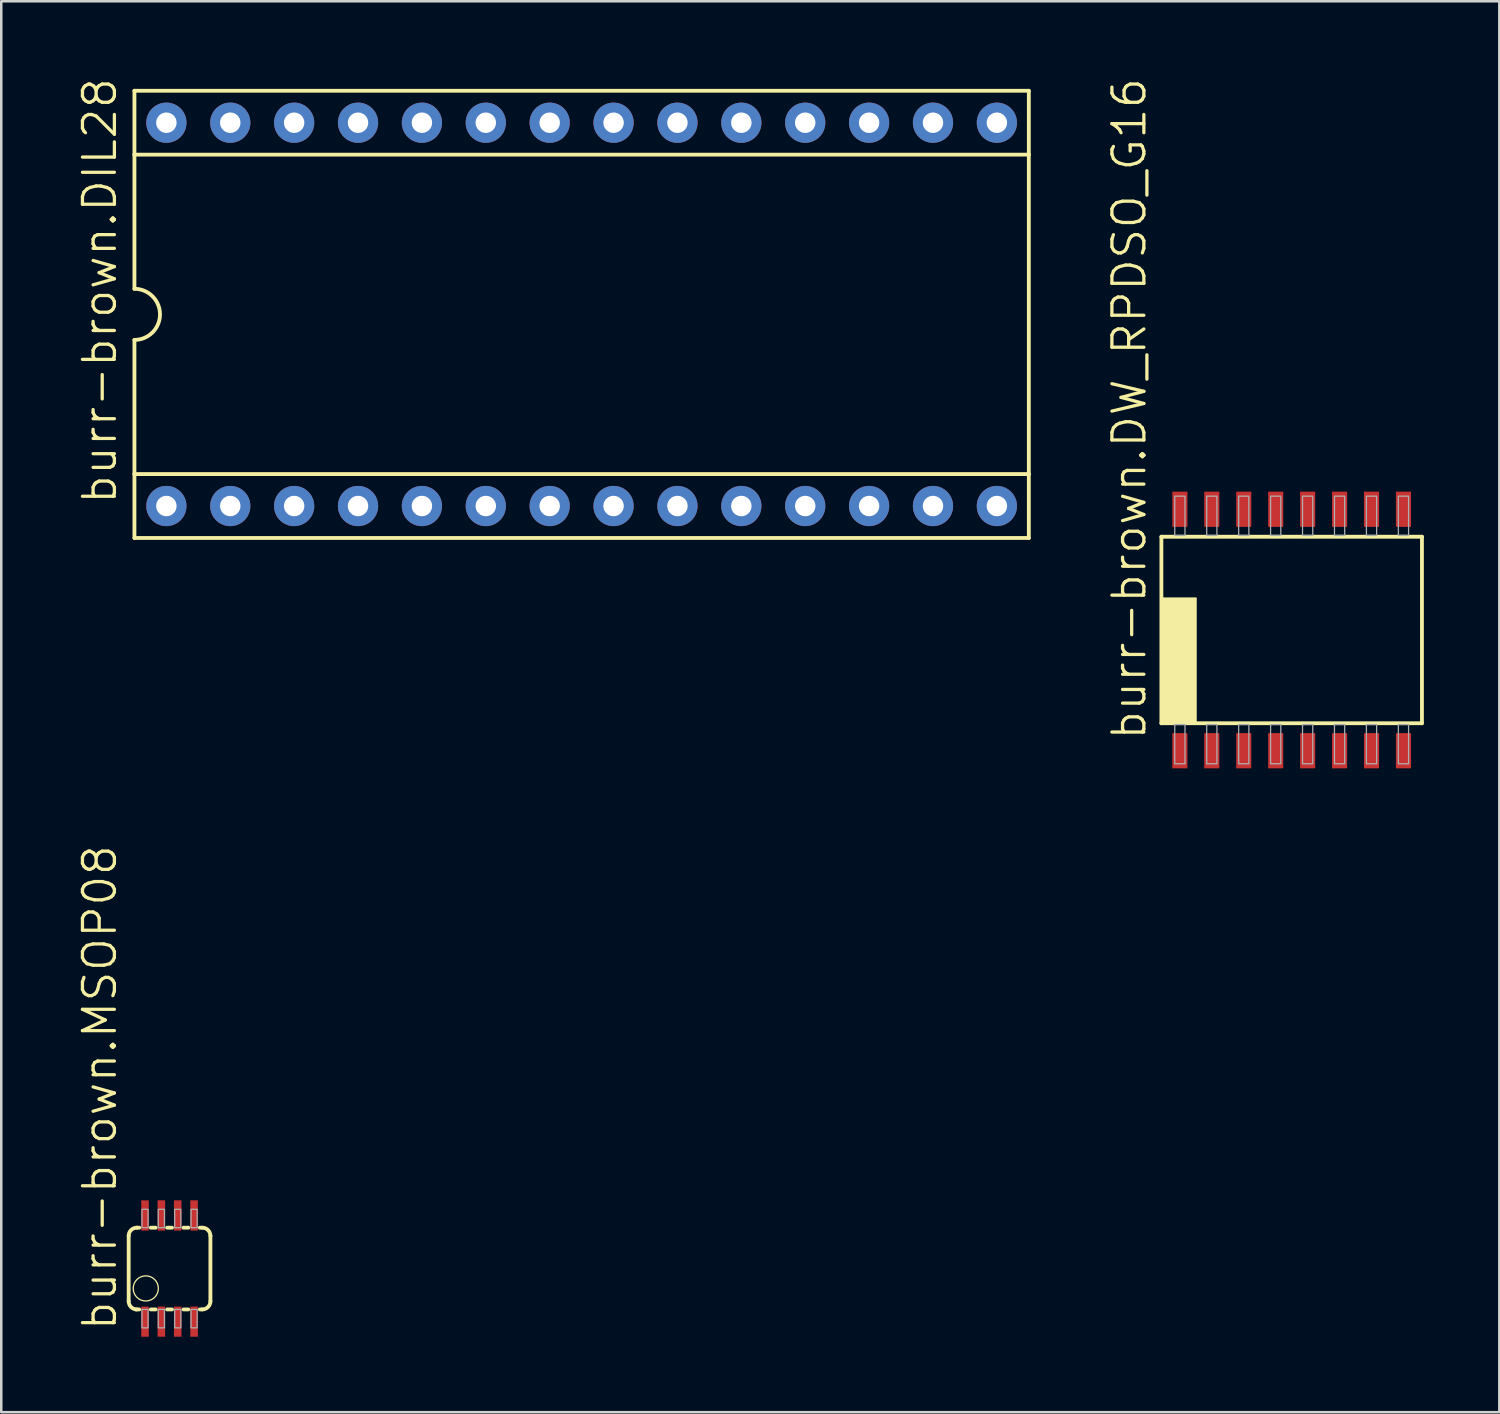
<source format=kicad_pcb>
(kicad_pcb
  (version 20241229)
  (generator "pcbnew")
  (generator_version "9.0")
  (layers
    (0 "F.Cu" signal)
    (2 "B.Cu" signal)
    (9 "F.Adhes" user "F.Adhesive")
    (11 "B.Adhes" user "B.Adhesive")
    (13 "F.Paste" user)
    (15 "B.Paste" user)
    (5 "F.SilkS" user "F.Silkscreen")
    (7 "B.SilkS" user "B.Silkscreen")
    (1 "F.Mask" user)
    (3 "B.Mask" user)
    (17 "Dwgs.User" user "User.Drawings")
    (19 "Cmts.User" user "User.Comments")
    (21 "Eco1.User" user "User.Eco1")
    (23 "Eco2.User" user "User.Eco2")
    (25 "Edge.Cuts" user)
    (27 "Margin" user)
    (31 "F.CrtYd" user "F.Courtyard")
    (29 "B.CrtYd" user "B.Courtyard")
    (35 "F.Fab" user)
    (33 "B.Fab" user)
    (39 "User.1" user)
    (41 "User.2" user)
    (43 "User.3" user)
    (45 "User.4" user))
  (footprint "burr-brown.DIL28"
    (layer "F.Cu")
    (at 20.075 9.449)
    (property "Reference" "burr-brown.DIL28" (at -18.415 7.62 90) (layer "F.SilkS") (effects (font (size 1.27 1.27) (thickness 0.13)) (justify left bottom)))
    (attr through_hole)
    (fp_line (start -17.78 -8.89) (end -17.78 -6.35) (stroke (width 0.152) (type default)) (layer "F.SilkS"))
    (fp_line (start -17.78 -6.35) (end -17.78 -1.016) (stroke (width 0.152) (type default)) (layer "F.SilkS"))
    (fp_line (start -17.78 -6.35) (end 17.78 -6.35) (stroke (width 0.152) (type default)) (layer "F.SilkS"))
    (fp_line (start -17.78 6.35) (end -17.78 1.016) (stroke (width 0.152) (type default)) (layer "F.SilkS"))
    (fp_line (start -17.78 6.35) (end 17.78 6.35) (stroke (width 0.152) (type default)) (layer "F.SilkS"))
    (fp_line (start -17.78 8.89) (end -17.78 6.35) (stroke (width 0.152) (type default)) (layer "F.SilkS"))
    (fp_line (start -17.78 8.89) (end 17.78 8.89) (stroke (width 0.152) (type default)) (layer "F.SilkS"))
    (fp_line (start 17.78 -8.89) (end -17.78 -8.89) (stroke (width 0.152) (type default)) (layer "F.SilkS"))
    (fp_line (start 17.78 -8.89) (end 17.78 -6.35) (stroke (width 0.152) (type default)) (layer "F.SilkS"))
    (fp_line (start 17.78 -6.35) (end 17.78 6.35) (stroke (width 0.152) (type default)) (layer "F.SilkS"))
    (fp_line (start 17.78 6.35) (end 17.78 8.89) (stroke (width 0.152) (type default)) (layer "F.SilkS"))
    (fp_arc (start -17.78 -1.016) (mid -16.764 0) (end -17.78 1.016) (stroke (width 0.1524) (type default)) (layer "F.SilkS"))
    (pad "1" thru_hole circle (at -16.51 7.62) (size 1.6 1.6) (drill 0.813) (layers "*.Cu" "*.Mask"))
    (pad "2" thru_hole circle (at -13.97 7.62) (size 1.6 1.6) (drill 0.813) (layers "*.Cu" "*.Mask"))
    (pad "3" thru_hole circle (at -11.43 7.62) (size 1.6 1.6) (drill 0.813) (layers "*.Cu" "*.Mask"))
    (pad "4" thru_hole circle (at -8.89 7.62) (size 1.6 1.6) (drill 0.813) (layers "*.Cu" "*.Mask"))
    (pad "5" thru_hole circle (at -6.35 7.62) (size 1.6 1.6) (drill 0.813) (layers "*.Cu" "*.Mask"))
    (pad "6" thru_hole circle (at -3.81 7.62) (size 1.6 1.6) (drill 0.813) (layers "*.Cu" "*.Mask"))
    (pad "7" thru_hole circle (at -1.27 7.62) (size 1.6 1.6) (drill 0.813) (layers "*.Cu" "*.Mask"))
    (pad "8" thru_hole circle (at 1.27 7.62) (size 1.6 1.6) (drill 0.813) (layers "*.Cu" "*.Mask"))
    (pad "9" thru_hole circle (at 3.81 7.62) (size 1.6 1.6) (drill 0.813) (layers "*.Cu" "*.Mask"))
    (pad "10" thru_hole circle (at 6.35 7.62) (size 1.6 1.6) (drill 0.813) (layers "*.Cu" "*.Mask"))
    (pad "11" thru_hole circle (at 8.89 7.62) (size 1.6 1.6) (drill 0.813) (layers "*.Cu" "*.Mask"))
    (pad "12" thru_hole circle (at 11.43 7.62) (size 1.6 1.6) (drill 0.813) (layers "*.Cu" "*.Mask"))
    (pad "13" thru_hole circle (at 13.97 7.62) (size 1.6 1.6) (drill 0.813) (layers "*.Cu" "*.Mask"))
    (pad "14" thru_hole circle (at 16.51 7.62) (size 1.6 1.6) (drill 0.813) (layers "*.Cu" "*.Mask"))
    (pad "15" thru_hole circle (at 16.51 -7.62) (size 1.6 1.6) (drill 0.813) (layers "*.Cu" "*.Mask"))
    (pad "16" thru_hole circle (at 13.97 -7.62) (size 1.6 1.6) (drill 0.813) (layers "*.Cu" "*.Mask"))
    (pad "17" thru_hole circle (at 11.43 -7.62) (size 1.6 1.6) (drill 0.813) (layers "*.Cu" "*.Mask"))
    (pad "18" thru_hole circle (at 8.89 -7.62) (size 1.6 1.6) (drill 0.813) (layers "*.Cu" "*.Mask"))
    (pad "19" thru_hole circle (at 6.35 -7.62) (size 1.6 1.6) (drill 0.813) (layers "*.Cu" "*.Mask"))
    (pad "20" thru_hole circle (at 3.81 -7.62) (size 1.6 1.6) (drill 0.813) (layers "*.Cu" "*.Mask"))
    (pad "21" thru_hole circle (at 1.27 -7.62) (size 1.6 1.6) (drill 0.813) (layers "*.Cu" "*.Mask"))
    (pad "22" thru_hole circle (at -1.27 -7.62) (size 1.6 1.6) (drill 0.813) (layers "*.Cu" "*.Mask"))
    (pad "23" thru_hole circle (at -3.81 -7.62) (size 1.6 1.6) (drill 0.813) (layers "*.Cu" "*.Mask"))
    (pad "24" thru_hole circle (at -6.35 -7.62) (size 1.6 1.6) (drill 0.813) (layers "*.Cu" "*.Mask"))
    (pad "25" thru_hole circle (at -8.89 -7.62) (size 1.6 1.6) (drill 0.813) (layers "*.Cu" "*.Mask"))
    (pad "26" thru_hole circle (at -11.43 -7.62) (size 1.6 1.6) (drill 0.813) (layers "*.Cu" "*.Mask"))
    (pad "27" thru_hole circle (at -13.97 -7.62) (size 1.6 1.6) (drill 0.813) (layers "*.Cu" "*.Mask"))
    (pad "28" thru_hole circle (at -16.51 -7.62) (size 1.6 1.6) (drill 0.813) (layers "*.Cu" "*.Mask")))
  (footprint "burr-brown.DW_RPDSO_G16"
    (layer "F.Cu")
    (at 48.306 21.998)
    (property "Reference" "burr-brown.DW_RPDSO_G16" (at -5.715 4.445 90) (layer "F.SilkS") (effects (font (size 1.27 1.27) (thickness 0.13)) (justify left bottom)))
    (attr smd)
    (fp_line (start -5.18 -3.708) (end -5.18 3.708) (stroke (width 0.152) (type default)) (layer "F.SilkS"))
    (fp_line (start -5.18 3.708) (end 5.18 3.708) (stroke (width 0.152) (type default)) (layer "F.SilkS"))
    (fp_line (start 5.18 -3.708) (end -5.18 -3.708) (stroke (width 0.152) (type default)) (layer "F.SilkS"))
    (fp_line (start 5.18 3.708) (end 5.18 -3.708) (stroke (width 0.152) (type default)) (layer "F.SilkS"))
    (fp_rect (start -5.175 3.675) (end -3.8 -1.27) (stroke (width 0.05) (type default)) (fill yes) (layer "F.SilkS"))
    (fp_rect (start -4.648 -3.759) (end -4.242 -5.32) (stroke (width 0.05) (type default)) (fill no) (layer "F.Fab"))
    (fp_rect (start -4.648 5.32) (end -4.242 3.759) (stroke (width 0.05) (type default)) (fill no) (layer "F.Fab"))
    (fp_rect (start -3.378 -3.759) (end -2.972 -5.32) (stroke (width 0.05) (type default)) (fill no) (layer "F.Fab"))
    (fp_rect (start -3.378 5.32) (end -2.972 3.759) (stroke (width 0.05) (type default)) (fill no) (layer "F.Fab"))
    (fp_rect (start -2.108 -3.759) (end -1.702 -5.32) (stroke (width 0.05) (type default)) (fill no) (layer "F.Fab"))
    (fp_rect (start -2.108 5.32) (end -1.702 3.759) (stroke (width 0.05) (type default)) (fill no) (layer "F.Fab"))
    (fp_rect (start -0.838 -3.759) (end -0.432 -5.32) (stroke (width 0.05) (type default)) (fill no) (layer "F.Fab"))
    (fp_rect (start -0.838 5.32) (end -0.432 3.759) (stroke (width 0.05) (type default)) (fill no) (layer "F.Fab"))
    (fp_rect (start 0.432 -3.759) (end 0.838 -5.32) (stroke (width 0.05) (type default)) (fill no) (layer "F.Fab"))
    (fp_rect (start 0.432 5.32) (end 0.838 3.759) (stroke (width 0.05) (type default)) (fill no) (layer "F.Fab"))
    (fp_rect (start 1.702 -3.759) (end 2.108 -5.32) (stroke (width 0.05) (type default)) (fill no) (layer "F.Fab"))
    (fp_rect (start 1.702 5.32) (end 2.108 3.759) (stroke (width 0.05) (type default)) (fill no) (layer "F.Fab"))
    (fp_rect (start 2.972 -3.759) (end 3.378 -5.32) (stroke (width 0.05) (type default)) (fill no) (layer "F.Fab"))
    (fp_rect (start 2.972 5.32) (end 3.378 3.759) (stroke (width 0.05) (type default)) (fill no) (layer "F.Fab"))
    (fp_rect (start 4.242 -3.759) (end 4.648 -5.32) (stroke (width 0.05) (type default)) (fill no) (layer "F.Fab"))
    (fp_rect (start 4.242 5.32) (end 4.648 3.759) (stroke (width 0.05) (type default)) (fill no) (layer "F.Fab"))
    (pad "1" smd roundrect (at -4.445 4.8) (size 0.6 1.4) (layers "F.Cu" "F.Mask" "F.Paste") (roundrect_rratio 0.01))
    (pad "2" smd roundrect (at -3.175 4.8) (size 0.6 1.4) (layers "F.Cu" "F.Mask" "F.Paste") (roundrect_rratio 0.01))
    (pad "3" smd roundrect (at -1.905 4.8) (size 0.6 1.4) (layers "F.Cu" "F.Mask" "F.Paste") (roundrect_rratio 0.01))
    (pad "4" smd roundrect (at -0.635 4.8) (size 0.6 1.4) (layers "F.Cu" "F.Mask" "F.Paste") (roundrect_rratio 0.01))
    (pad "5" smd roundrect (at 0.635 4.8) (size 0.6 1.4) (layers "F.Cu" "F.Mask" "F.Paste") (roundrect_rratio 0.01))
    (pad "6" smd roundrect (at 1.905 4.8) (size 0.6 1.4) (layers "F.Cu" "F.Mask" "F.Paste") (roundrect_rratio 0.01))
    (pad "7" smd roundrect (at 3.175 4.8) (size 0.6 1.4) (layers "F.Cu" "F.Mask" "F.Paste") (roundrect_rratio 0.01))
    (pad "8" smd roundrect (at 4.445 4.8) (size 0.6 1.4) (layers "F.Cu" "F.Mask" "F.Paste") (roundrect_rratio 0.01))
    (pad "9" smd roundrect (at 4.445 -4.8) (size 0.6 1.4) (layers "F.Cu" "F.Mask" "F.Paste") (roundrect_rratio 0.01))
    (pad "10" smd roundrect (at 3.175 -4.8) (size 0.6 1.4) (layers "F.Cu" "F.Mask" "F.Paste") (roundrect_rratio 0.01))
    (pad "11" smd roundrect (at 1.905 -4.8) (size 0.6 1.4) (layers "F.Cu" "F.Mask" "F.Paste") (roundrect_rratio 0.01))
    (pad "12" smd roundrect (at 0.635 -4.8) (size 0.6 1.4) (layers "F.Cu" "F.Mask" "F.Paste") (roundrect_rratio 0.01))
    (pad "13" smd roundrect (at -0.635 -4.8) (size 0.6 1.4) (layers "F.Cu" "F.Mask" "F.Paste") (roundrect_rratio 0.01))
    (pad "14" smd roundrect (at -1.905 -4.8) (size 0.6 1.4) (layers "F.Cu" "F.Mask" "F.Paste") (roundrect_rratio 0.01))
    (pad "15" smd roundrect (at -3.175 -4.8) (size 0.6 1.4) (layers "F.Cu" "F.Mask" "F.Paste") (roundrect_rratio 0.01))
    (pad "16" smd roundrect (at -4.445 -4.8) (size 0.6 1.4) (layers "F.Cu" "F.Mask" "F.Paste") (roundrect_rratio 0.01)))
  (footprint "burr-brown.MSOP08"
    (layer "F.Cu")
    (at 3.692 47.386)
    (property "Reference" "burr-brown.MSOP08" (at -2.032 2.54 90) (layer "F.SilkS") (effects (font (size 1.27 1.27) (thickness 0.13)) (justify left bottom)))
    (attr smd)
    (fp_line (start -1.626 1.301) (end -1.626 -1.299) (stroke (width 0.152) (type default)) (layer "F.SilkS"))
    (fp_line (start -1.341 1.626) (end -1.204 1.626) (stroke (width 0.152) (type default)) (layer "F.SilkS"))
    (fp_line (start -1.301 -1.624) (end -1.204 -1.624) (stroke (width 0.152) (type default)) (layer "F.SilkS"))
    (fp_line (start -0.747 -1.624) (end -0.554 -1.624) (stroke (width 0.152) (type default)) (layer "F.SilkS"))
    (fp_line (start -0.747 1.626) (end -0.554 1.626) (stroke (width 0.152) (type default)) (layer "F.SilkS"))
    (fp_line (start -0.097 -1.624) (end 0.096 -1.624) (stroke (width 0.152) (type default)) (layer "F.SilkS"))
    (fp_line (start -0.097 1.626) (end 0.096 1.626) (stroke (width 0.152) (type default)) (layer "F.SilkS"))
    (fp_line (start 0.553 -1.624) (end 0.746 -1.624) (stroke (width 0.152) (type default)) (layer "F.SilkS"))
    (fp_line (start 0.553 1.626) (end 0.746 1.626) (stroke (width 0.152) (type default)) (layer "F.SilkS"))
    (fp_line (start 1.203 -1.624) (end 1.299 -1.624) (stroke (width 0.152) (type default)) (layer "F.SilkS"))
    (fp_line (start 1.203 1.626) (end 1.299 1.626) (stroke (width 0.152) (type default)) (layer "F.SilkS"))
    (fp_line (start 1.624 -1.299) (end 1.624 1.301) (stroke (width 0.152) (type default)) (layer "F.SilkS"))
    (fp_arc (start -1.626 -1.299) (mid -1.53081 -1.52881) (end -1.301 -1.624) (stroke (width 0.1524) (type default)) (layer "F.SilkS"))
    (fp_arc (start -1.301 1.626) (mid -1.53081 1.53081) (end -1.626 1.301) (stroke (width 0.1524) (type default)) (layer "F.SilkS"))
    (fp_arc (start 1.299 -1.624) (mid 1.52881 -1.52881) (end 1.624 -1.299) (stroke (width 0.1524) (type default)) (layer "F.SilkS"))
    (fp_arc (start 1.624 1.301) (mid 1.52881 1.53081) (end 1.299 1.626) (stroke (width 0.1524) (type default)) (layer "F.SilkS"))
    (fp_circle (center -0.946 0.791) (end -0.446 0.791) (stroke (width 0.051) (type default)) (fill no) (layer "F.SilkS"))
    (fp_rect (start -1.097 -1.624) (end -0.854 -2.356) (stroke (width 0.05) (type default)) (fill no) (layer "F.Fab"))
    (fp_rect (start -1.097 2.357) (end -0.854 1.626) (stroke (width 0.05) (type default)) (fill no) (layer "F.Fab"))
    (fp_rect (start -0.448 -1.624) (end -0.204 -2.356) (stroke (width 0.05) (type default)) (fill no) (layer "F.Fab"))
    (fp_rect (start -0.448 2.357) (end -0.204 1.626) (stroke (width 0.05) (type default)) (fill no) (layer "F.Fab"))
    (fp_rect (start 0.203 -1.624) (end 0.446 -2.356) (stroke (width 0.05) (type default)) (fill no) (layer "F.Fab"))
    (fp_rect (start 0.203 2.357) (end 0.446 1.626) (stroke (width 0.05) (type default)) (fill no) (layer "F.Fab"))
    (fp_rect (start 0.853 -1.624) (end 1.096 -2.356) (stroke (width 0.05) (type default)) (fill no) (layer "F.Fab"))
    (fp_rect (start 0.853 2.357) (end 1.096 1.626) (stroke (width 0.05) (type default)) (fill no) (layer "F.Fab"))
    (pad "1" smd roundrect (at -0.976 2.113) (size 0.3 1.2) (layers "F.Cu" "F.Mask" "F.Paste") (roundrect_rratio 0.01))
    (pad "2" smd roundrect (at -0.326 2.113) (size 0.3 1.2) (layers "F.Cu" "F.Mask" "F.Paste") (roundrect_rratio 0.01))
    (pad "3" smd roundrect (at 0.324 2.113) (size 0.3 1.2) (layers "F.Cu" "F.Mask" "F.Paste") (roundrect_rratio 0.01))
    (pad "4" smd roundrect (at 0.974 2.113) (size 0.3 1.2) (layers "F.Cu" "F.Mask" "F.Paste") (roundrect_rratio 0.01))
    (pad "5" smd roundrect (at 0.974 -2.112) (size 0.3 1.2) (layers "F.Cu" "F.Mask" "F.Paste") (roundrect_rratio 0.01))
    (pad "6" smd roundrect (at 0.324 -2.112) (size 0.3 1.2) (layers "F.Cu" "F.Mask" "F.Paste") (roundrect_rratio 0.01))
    (pad "7" smd roundrect (at -0.326 -2.112) (size 0.3 1.2) (layers "F.Cu" "F.Mask" "F.Paste") (roundrect_rratio 0.01))
    (pad "8" smd roundrect (at -0.976 -2.112) (size 0.3 1.2) (layers "F.Cu" "F.Mask" "F.Paste") (roundrect_rratio 0.01)))
  (gr_rect
    (start -3 -3)
    (end 56.562 53.099)
    (stroke (width 0.1) (type default))
    (fill no)
    (layer "Edge.Cuts")))
</source>
